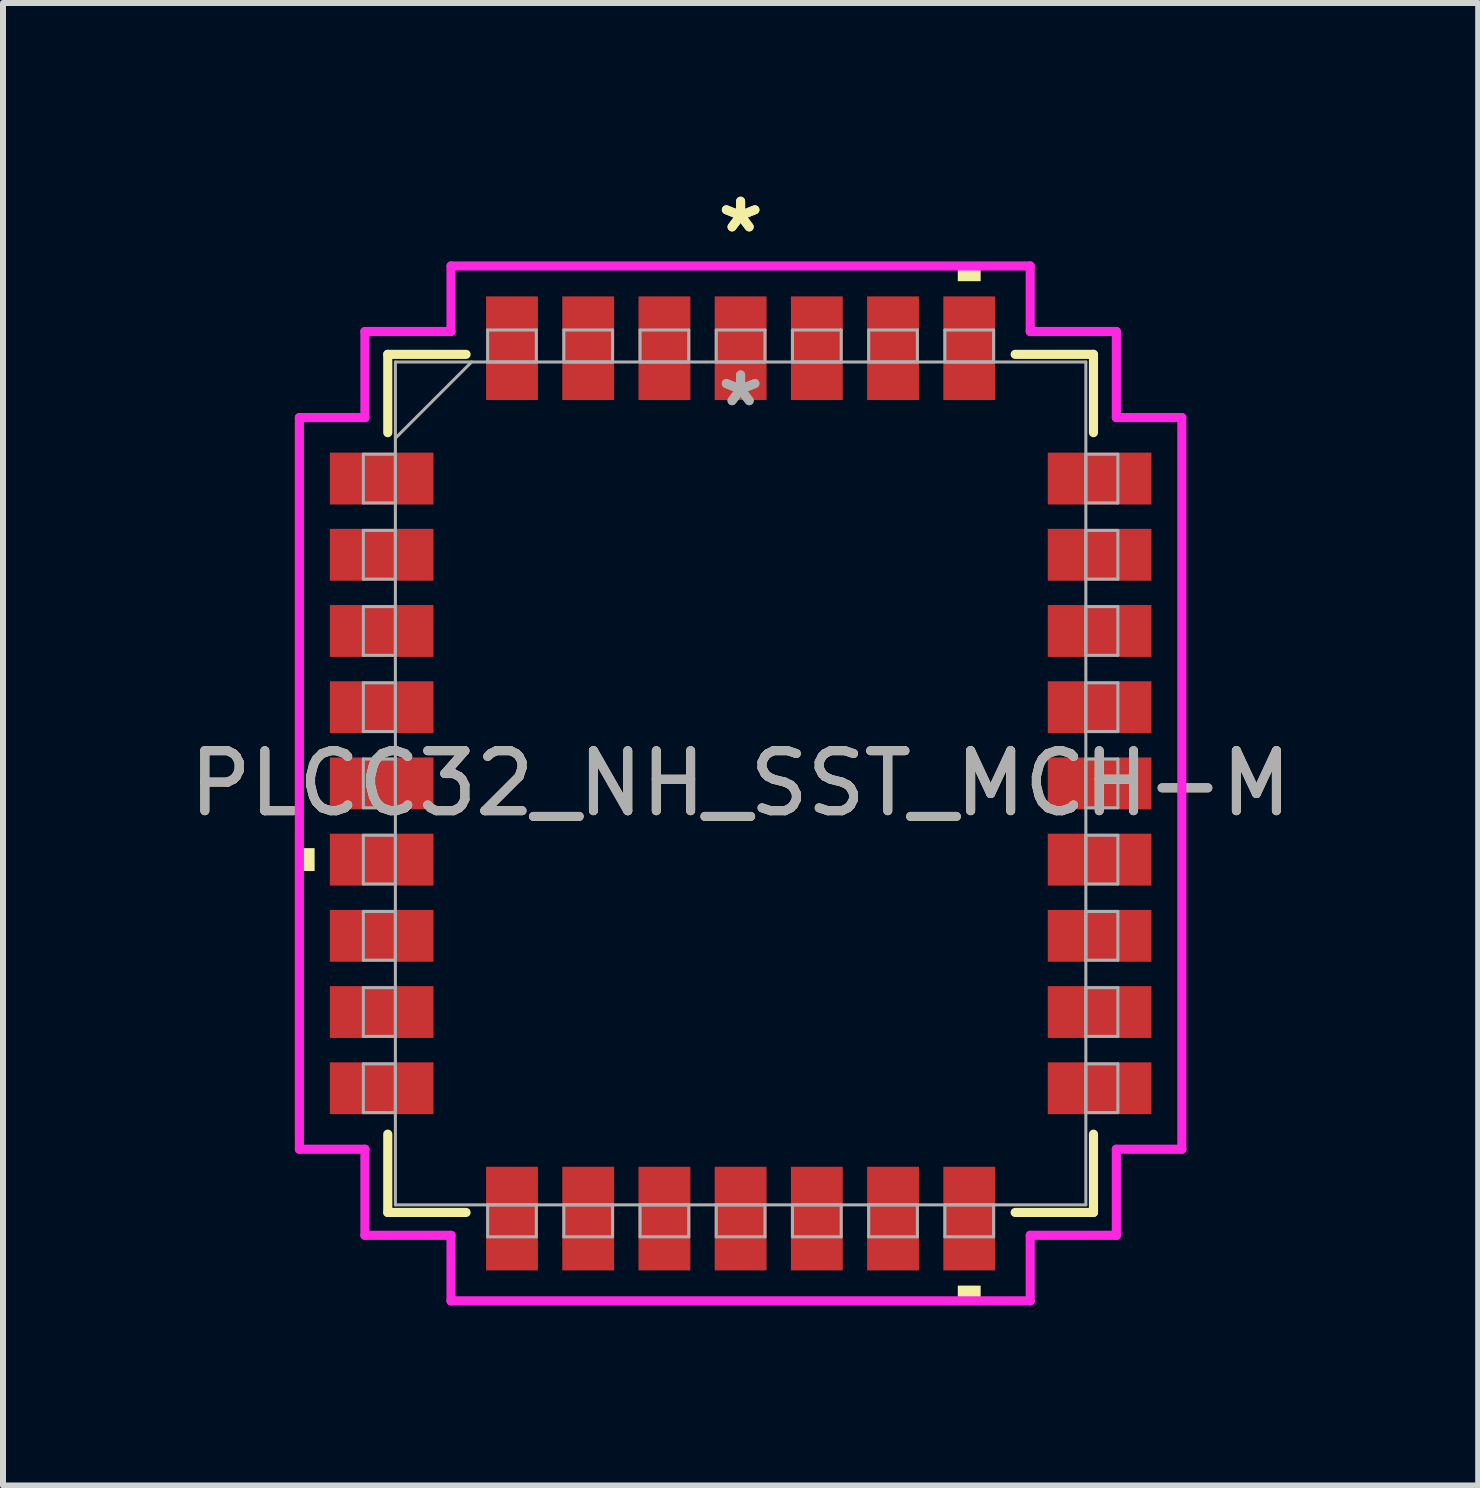
<source format=kicad_pcb>
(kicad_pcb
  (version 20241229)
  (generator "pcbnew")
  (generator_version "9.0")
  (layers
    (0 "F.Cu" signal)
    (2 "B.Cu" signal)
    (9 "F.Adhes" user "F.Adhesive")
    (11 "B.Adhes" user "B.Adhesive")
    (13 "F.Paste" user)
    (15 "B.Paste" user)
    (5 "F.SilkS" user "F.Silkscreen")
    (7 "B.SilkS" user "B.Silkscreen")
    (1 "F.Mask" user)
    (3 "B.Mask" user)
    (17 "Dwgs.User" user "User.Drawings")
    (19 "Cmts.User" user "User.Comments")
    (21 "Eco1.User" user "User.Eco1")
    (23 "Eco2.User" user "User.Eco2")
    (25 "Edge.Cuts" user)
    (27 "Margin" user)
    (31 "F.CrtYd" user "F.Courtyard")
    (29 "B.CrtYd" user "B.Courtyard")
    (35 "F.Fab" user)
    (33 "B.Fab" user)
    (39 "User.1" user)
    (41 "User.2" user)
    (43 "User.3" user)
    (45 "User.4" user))
  (footprint "PLCC32_NH_SST_MCH-M"
    (layer "F.Cu")
    (at 9.292 10.005)
    (property "Reference" "PLCC32_NH_SST_MCH-M" (at 0 0 0) (unlocked yes) (layer "F.SilkS") (effects (font (size 1 1) (thickness 0.15))))
    (attr smd)
    (fp_line (start -5.88 -7.15) (end -5.88 -5.845) (stroke (width 0.152) (type solid)) (layer "F.SilkS"))
    (fp_line (start -5.88 5.845) (end -5.88 7.15) (stroke (width 0.152) (type solid)) (layer "F.SilkS"))
    (fp_line (start -5.88 7.15) (end -4.575 7.15) (stroke (width 0.152) (type solid)) (layer "F.SilkS"))
    (fp_line (start -4.575 -7.15) (end -5.88 -7.15) (stroke (width 0.152) (type solid)) (layer "F.SilkS"))
    (fp_line (start 4.575 7.15) (end 5.88 7.15) (stroke (width 0.152) (type solid)) (layer "F.SilkS"))
    (fp_line (start 5.88 -7.15) (end 4.575 -7.15) (stroke (width 0.152) (type solid)) (layer "F.SilkS"))
    (fp_line (start 5.88 -5.845) (end 5.88 -7.15) (stroke (width 0.152) (type solid)) (layer "F.SilkS"))
    (fp_line (start 5.88 7.15) (end 5.88 5.845) (stroke (width 0.152) (type solid)) (layer "F.SilkS"))
    (fp_poly (pts (xy -7.353 1.079) (xy -7.353 1.46) (xy -7.099 1.46) (xy -7.099 1.079)) (stroke (width 0) (type solid)) (fill yes) (layer "F.SilkS"))
    (fp_poly (pts (xy 3.619 -8.369) (xy 3.619 -8.623) (xy 4 -8.623) (xy 4 -8.369)) (stroke (width 0) (type solid)) (fill yes) (layer "F.SilkS"))
    (fp_poly (pts (xy 3.619 8.369) (xy 3.619 8.623) (xy 4 8.623) (xy 4 8.369)) (stroke (width 0) (type solid)) (fill yes) (layer "F.SilkS"))
    (fp_line (start -7.353 -6.096) (end -6.261 -6.096) (stroke (width 0.152) (type solid)) (layer "F.CrtYd"))
    (fp_line (start -7.353 6.096) (end -7.353 -6.096) (stroke (width 0.152) (type solid)) (layer "F.CrtYd"))
    (fp_line (start -7.353 6.096) (end -6.261 6.096) (stroke (width 0.152) (type solid)) (layer "F.CrtYd"))
    (fp_line (start -6.261 -7.531) (end -4.826 -7.531) (stroke (width 0.152) (type solid)) (layer "F.CrtYd"))
    (fp_line (start -6.261 -6.096) (end -6.261 -7.531) (stroke (width 0.152) (type solid)) (layer "F.CrtYd"))
    (fp_line (start -6.261 7.531) (end -6.261 6.096) (stroke (width 0.152) (type solid)) (layer "F.CrtYd"))
    (fp_line (start -4.826 -8.623) (end 4.826 -8.623) (stroke (width 0.152) (type solid)) (layer "F.CrtYd"))
    (fp_line (start -4.826 -7.531) (end -4.826 -8.623) (stroke (width 0.152) (type solid)) (layer "F.CrtYd"))
    (fp_line (start -4.826 7.531) (end -6.261 7.531) (stroke (width 0.152) (type solid)) (layer "F.CrtYd"))
    (fp_line (start -4.826 8.623) (end -4.826 7.531) (stroke (width 0.152) (type solid)) (layer "F.CrtYd"))
    (fp_line (start 4.826 -8.623) (end 4.826 -7.531) (stroke (width 0.152) (type solid)) (layer "F.CrtYd"))
    (fp_line (start 4.826 -7.531) (end 6.261 -7.531) (stroke (width 0.152) (type solid)) (layer "F.CrtYd"))
    (fp_line (start 4.826 7.531) (end 4.826 8.623) (stroke (width 0.152) (type solid)) (layer "F.CrtYd"))
    (fp_line (start 4.826 8.623) (end -4.826 8.623) (stroke (width 0.152) (type solid)) (layer "F.CrtYd"))
    (fp_line (start 6.261 -7.531) (end 6.261 -6.096) (stroke (width 0.152) (type solid)) (layer "F.CrtYd"))
    (fp_line (start 6.261 -6.096) (end 7.353 -6.096) (stroke (width 0.152) (type solid)) (layer "F.CrtYd"))
    (fp_line (start 6.261 6.096) (end 6.261 7.531) (stroke (width 0.152) (type solid)) (layer "F.CrtYd"))
    (fp_line (start 6.261 7.531) (end 4.826 7.531) (stroke (width 0.152) (type solid)) (layer "F.CrtYd"))
    (fp_line (start 7.353 -6.096) (end 7.353 6.096) (stroke (width 0.152) (type solid)) (layer "F.CrtYd"))
    (fp_line (start 7.353 6.096) (end 6.261 6.096) (stroke (width 0.152) (type solid)) (layer "F.CrtYd"))
    (fp_line (start -6.287 -5.486) (end -6.287 -4.674) (stroke (width 0.051) (type solid)) (layer "F.Fab"))
    (fp_line (start -6.287 -4.674) (end -5.753 -4.674) (stroke (width 0.051) (type solid)) (layer "F.Fab"))
    (fp_line (start -6.287 -4.216) (end -6.287 -3.404) (stroke (width 0.051) (type solid)) (layer "F.Fab"))
    (fp_line (start -6.287 -3.404) (end -5.753 -3.404) (stroke (width 0.051) (type solid)) (layer "F.Fab"))
    (fp_line (start -6.287 -2.946) (end -6.287 -2.134) (stroke (width 0.051) (type solid)) (layer "F.Fab"))
    (fp_line (start -6.287 -2.134) (end -5.753 -2.134) (stroke (width 0.051) (type solid)) (layer "F.Fab"))
    (fp_line (start -6.287 -1.676) (end -6.287 -0.864) (stroke (width 0.051) (type solid)) (layer "F.Fab"))
    (fp_line (start -6.287 -0.864) (end -5.753 -0.864) (stroke (width 0.051) (type solid)) (layer "F.Fab"))
    (fp_line (start -6.287 -0.406) (end -6.287 0.406) (stroke (width 0.051) (type solid)) (layer "F.Fab"))
    (fp_line (start -6.287 0.406) (end -5.753 0.406) (stroke (width 0.051) (type solid)) (layer "F.Fab"))
    (fp_line (start -6.287 0.864) (end -6.287 1.676) (stroke (width 0.051) (type solid)) (layer "F.Fab"))
    (fp_line (start -6.287 1.676) (end -5.753 1.676) (stroke (width 0.051) (type solid)) (layer "F.Fab"))
    (fp_line (start -6.287 2.134) (end -6.287 2.946) (stroke (width 0.051) (type solid)) (layer "F.Fab"))
    (fp_line (start -6.287 2.946) (end -5.753 2.946) (stroke (width 0.051) (type solid)) (layer "F.Fab"))
    (fp_line (start -6.287 3.404) (end -6.287 4.216) (stroke (width 0.051) (type solid)) (layer "F.Fab"))
    (fp_line (start -6.287 4.216) (end -5.753 4.216) (stroke (width 0.051) (type solid)) (layer "F.Fab"))
    (fp_line (start -6.287 4.674) (end -6.287 5.486) (stroke (width 0.051) (type solid)) (layer "F.Fab"))
    (fp_line (start -6.287 5.486) (end -5.753 5.486) (stroke (width 0.051) (type solid)) (layer "F.Fab"))
    (fp_line (start -5.753 -7.023) (end -5.753 7.023) (stroke (width 0.051) (type solid)) (layer "F.Fab"))
    (fp_line (start -5.753 -5.753) (end -4.483 -7.023) (stroke (width 0.051) (type solid)) (layer "F.Fab"))
    (fp_line (start -5.753 -5.486) (end -6.287 -5.486) (stroke (width 0.051) (type solid)) (layer "F.Fab"))
    (fp_line (start -5.753 -4.674) (end -5.753 -5.486) (stroke (width 0.051) (type solid)) (layer "F.Fab"))
    (fp_line (start -5.753 -4.216) (end -6.287 -4.216) (stroke (width 0.051) (type solid)) (layer "F.Fab"))
    (fp_line (start -5.753 -3.404) (end -5.753 -4.216) (stroke (width 0.051) (type solid)) (layer "F.Fab"))
    (fp_line (start -5.753 -2.946) (end -6.287 -2.946) (stroke (width 0.051) (type solid)) (layer "F.Fab"))
    (fp_line (start -5.753 -2.134) (end -5.753 -2.946) (stroke (width 0.051) (type solid)) (layer "F.Fab"))
    (fp_line (start -5.753 -1.676) (end -6.287 -1.676) (stroke (width 0.051) (type solid)) (layer "F.Fab"))
    (fp_line (start -5.753 -0.864) (end -5.753 -1.676) (stroke (width 0.051) (type solid)) (layer "F.Fab"))
    (fp_line (start -5.753 -0.406) (end -6.287 -0.406) (stroke (width 0.051) (type solid)) (layer "F.Fab"))
    (fp_line (start -5.753 0.406) (end -5.753 -0.406) (stroke (width 0.051) (type solid)) (layer "F.Fab"))
    (fp_line (start -5.753 0.864) (end -6.287 0.864) (stroke (width 0.051) (type solid)) (layer "F.Fab"))
    (fp_line (start -5.753 1.676) (end -5.753 0.864) (stroke (width 0.051) (type solid)) (layer "F.Fab"))
    (fp_line (start -5.753 2.134) (end -6.287 2.134) (stroke (width 0.051) (type solid)) (layer "F.Fab"))
    (fp_line (start -5.753 2.946) (end -5.753 2.134) (stroke (width 0.051) (type solid)) (layer "F.Fab"))
    (fp_line (start -5.753 3.404) (end -6.287 3.404) (stroke (width 0.051) (type solid)) (layer "F.Fab"))
    (fp_line (start -5.753 4.216) (end -5.753 3.404) (stroke (width 0.051) (type solid)) (layer "F.Fab"))
    (fp_line (start -5.753 4.674) (end -6.287 4.674) (stroke (width 0.051) (type solid)) (layer "F.Fab"))
    (fp_line (start -5.753 5.486) (end -5.753 4.674) (stroke (width 0.051) (type solid)) (layer "F.Fab"))
    (fp_line (start -5.753 7.023) (end 5.753 7.023) (stroke (width 0.051) (type solid)) (layer "F.Fab"))
    (fp_line (start -4.216 -7.556) (end -4.216 -7.023) (stroke (width 0.051) (type solid)) (layer "F.Fab"))
    (fp_line (start -4.216 -7.023) (end -3.404 -7.023) (stroke (width 0.051) (type solid)) (layer "F.Fab"))
    (fp_line (start -4.216 7.023) (end -4.216 7.556) (stroke (width 0.051) (type solid)) (layer "F.Fab"))
    (fp_line (start -4.216 7.556) (end -3.404 7.556) (stroke (width 0.051) (type solid)) (layer "F.Fab"))
    (fp_line (start -3.404 -7.556) (end -4.216 -7.556) (stroke (width 0.051) (type solid)) (layer "F.Fab"))
    (fp_line (start -3.404 -7.023) (end -3.404 -7.556) (stroke (width 0.051) (type solid)) (layer "F.Fab"))
    (fp_line (start -3.404 7.023) (end -4.216 7.023) (stroke (width 0.051) (type solid)) (layer "F.Fab"))
    (fp_line (start -3.404 7.556) (end -3.404 7.023) (stroke (width 0.051) (type solid)) (layer "F.Fab"))
    (fp_line (start -2.946 -7.556) (end -2.946 -7.023) (stroke (width 0.051) (type solid)) (layer "F.Fab"))
    (fp_line (start -2.946 -7.023) (end -2.134 -7.023) (stroke (width 0.051) (type solid)) (layer "F.Fab"))
    (fp_line (start -2.946 7.023) (end -2.946 7.556) (stroke (width 0.051) (type solid)) (layer "F.Fab"))
    (fp_line (start -2.946 7.556) (end -2.134 7.556) (stroke (width 0.051) (type solid)) (layer "F.Fab"))
    (fp_line (start -2.134 -7.556) (end -2.946 -7.556) (stroke (width 0.051) (type solid)) (layer "F.Fab"))
    (fp_line (start -2.134 -7.023) (end -2.134 -7.556) (stroke (width 0.051) (type solid)) (layer "F.Fab"))
    (fp_line (start -2.134 7.023) (end -2.946 7.023) (stroke (width 0.051) (type solid)) (layer "F.Fab"))
    (fp_line (start -2.134 7.556) (end -2.134 7.023) (stroke (width 0.051) (type solid)) (layer "F.Fab"))
    (fp_line (start -1.676 -7.556) (end -1.676 -7.023) (stroke (width 0.051) (type solid)) (layer "F.Fab"))
    (fp_line (start -1.676 -7.023) (end -0.864 -7.023) (stroke (width 0.051) (type solid)) (layer "F.Fab"))
    (fp_line (start -1.676 7.023) (end -1.676 7.556) (stroke (width 0.051) (type solid)) (layer "F.Fab"))
    (fp_line (start -1.676 7.556) (end -0.864 7.556) (stroke (width 0.051) (type solid)) (layer "F.Fab"))
    (fp_line (start -0.864 -7.556) (end -1.676 -7.556) (stroke (width 0.051) (type solid)) (layer "F.Fab"))
    (fp_line (start -0.864 -7.023) (end -0.864 -7.556) (stroke (width 0.051) (type solid)) (layer "F.Fab"))
    (fp_line (start -0.864 7.023) (end -1.676 7.023) (stroke (width 0.051) (type solid)) (layer "F.Fab"))
    (fp_line (start -0.864 7.556) (end -0.864 7.023) (stroke (width 0.051) (type solid)) (layer "F.Fab"))
    (fp_line (start -0.406 -7.556) (end -0.406 -7.023) (stroke (width 0.051) (type solid)) (layer "F.Fab"))
    (fp_line (start -0.406 -7.023) (end 0.406 -7.023) (stroke (width 0.051) (type solid)) (layer "F.Fab"))
    (fp_line (start -0.406 7.023) (end -0.406 7.556) (stroke (width 0.051) (type solid)) (layer "F.Fab"))
    (fp_line (start -0.406 7.556) (end 0.406 7.556) (stroke (width 0.051) (type solid)) (layer "F.Fab"))
    (fp_line (start 0.406 -7.556) (end -0.406 -7.556) (stroke (width 0.051) (type solid)) (layer "F.Fab"))
    (fp_line (start 0.406 -7.023) (end 0.406 -7.556) (stroke (width 0.051) (type solid)) (layer "F.Fab"))
    (fp_line (start 0.406 7.023) (end -0.406 7.023) (stroke (width 0.051) (type solid)) (layer "F.Fab"))
    (fp_line (start 0.406 7.556) (end 0.406 7.023) (stroke (width 0.051) (type solid)) (layer "F.Fab"))
    (fp_line (start 0.864 -7.556) (end 0.864 -7.023) (stroke (width 0.051) (type solid)) (layer "F.Fab"))
    (fp_line (start 0.864 -7.023) (end 1.676 -7.023) (stroke (width 0.051) (type solid)) (layer "F.Fab"))
    (fp_line (start 0.864 7.023) (end 0.864 7.556) (stroke (width 0.051) (type solid)) (layer "F.Fab"))
    (fp_line (start 0.864 7.556) (end 1.676 7.556) (stroke (width 0.051) (type solid)) (layer "F.Fab"))
    (fp_line (start 1.676 -7.556) (end 0.864 -7.556) (stroke (width 0.051) (type solid)) (layer "F.Fab"))
    (fp_line (start 1.676 -7.023) (end 1.676 -7.556) (stroke (width 0.051) (type solid)) (layer "F.Fab"))
    (fp_line (start 1.676 7.023) (end 0.864 7.023) (stroke (width 0.051) (type solid)) (layer "F.Fab"))
    (fp_line (start 1.676 7.556) (end 1.676 7.023) (stroke (width 0.051) (type solid)) (layer "F.Fab"))
    (fp_line (start 2.134 -7.556) (end 2.134 -7.023) (stroke (width 0.051) (type solid)) (layer "F.Fab"))
    (fp_line (start 2.134 -7.023) (end 2.946 -7.023) (stroke (width 0.051) (type solid)) (layer "F.Fab"))
    (fp_line (start 2.134 7.023) (end 2.134 7.556) (stroke (width 0.051) (type solid)) (layer "F.Fab"))
    (fp_line (start 2.134 7.556) (end 2.946 7.556) (stroke (width 0.051) (type solid)) (layer "F.Fab"))
    (fp_line (start 2.946 -7.556) (end 2.134 -7.556) (stroke (width 0.051) (type solid)) (layer "F.Fab"))
    (fp_line (start 2.946 -7.023) (end 2.946 -7.556) (stroke (width 0.051) (type solid)) (layer "F.Fab"))
    (fp_line (start 2.946 7.023) (end 2.134 7.023) (stroke (width 0.051) (type solid)) (layer "F.Fab"))
    (fp_line (start 2.946 7.556) (end 2.946 7.023) (stroke (width 0.051) (type solid)) (layer "F.Fab"))
    (fp_line (start 3.404 -7.556) (end 3.404 -7.023) (stroke (width 0.051) (type solid)) (layer "F.Fab"))
    (fp_line (start 3.404 -7.023) (end 4.216 -7.023) (stroke (width 0.051) (type solid)) (layer "F.Fab"))
    (fp_line (start 3.404 7.023) (end 3.404 7.556) (stroke (width 0.051) (type solid)) (layer "F.Fab"))
    (fp_line (start 3.404 7.556) (end 4.216 7.556) (stroke (width 0.051) (type solid)) (layer "F.Fab"))
    (fp_line (start 4.216 -7.556) (end 3.404 -7.556) (stroke (width 0.051) (type solid)) (layer "F.Fab"))
    (fp_line (start 4.216 -7.023) (end 4.216 -7.556) (stroke (width 0.051) (type solid)) (layer "F.Fab"))
    (fp_line (start 4.216 7.023) (end 3.404 7.023) (stroke (width 0.051) (type solid)) (layer "F.Fab"))
    (fp_line (start 4.216 7.556) (end 4.216 7.023) (stroke (width 0.051) (type solid)) (layer "F.Fab"))
    (fp_line (start 5.753 -7.023) (end -5.753 -7.023) (stroke (width 0.051) (type solid)) (layer "F.Fab"))
    (fp_line (start 5.753 -5.486) (end 5.753 -4.674) (stroke (width 0.051) (type solid)) (layer "F.Fab"))
    (fp_line (start 5.753 -4.674) (end 6.287 -4.674) (stroke (width 0.051) (type solid)) (layer "F.Fab"))
    (fp_line (start 5.753 -4.216) (end 5.753 -3.404) (stroke (width 0.051) (type solid)) (layer "F.Fab"))
    (fp_line (start 5.753 -3.404) (end 6.287 -3.404) (stroke (width 0.051) (type solid)) (layer "F.Fab"))
    (fp_line (start 5.753 -2.946) (end 5.753 -2.134) (stroke (width 0.051) (type solid)) (layer "F.Fab"))
    (fp_line (start 5.753 -2.134) (end 6.287 -2.134) (stroke (width 0.051) (type solid)) (layer "F.Fab"))
    (fp_line (start 5.753 -1.676) (end 5.753 -0.864) (stroke (width 0.051) (type solid)) (layer "F.Fab"))
    (fp_line (start 5.753 -0.864) (end 6.287 -0.864) (stroke (width 0.051) (type solid)) (layer "F.Fab"))
    (fp_line (start 5.753 -0.406) (end 5.753 0.406) (stroke (width 0.051) (type solid)) (layer "F.Fab"))
    (fp_line (start 5.753 0.406) (end 6.287 0.406) (stroke (width 0.051) (type solid)) (layer "F.Fab"))
    (fp_line (start 5.753 0.864) (end 5.753 1.676) (stroke (width 0.051) (type solid)) (layer "F.Fab"))
    (fp_line (start 5.753 1.676) (end 6.287 1.676) (stroke (width 0.051) (type solid)) (layer "F.Fab"))
    (fp_line (start 5.753 2.134) (end 5.753 2.946) (stroke (width 0.051) (type solid)) (layer "F.Fab"))
    (fp_line (start 5.753 2.946) (end 6.287 2.946) (stroke (width 0.051) (type solid)) (layer "F.Fab"))
    (fp_line (start 5.753 3.404) (end 5.753 4.216) (stroke (width 0.051) (type solid)) (layer "F.Fab"))
    (fp_line (start 5.753 4.216) (end 6.287 4.216) (stroke (width 0.051) (type solid)) (layer "F.Fab"))
    (fp_line (start 5.753 4.674) (end 5.753 5.486) (stroke (width 0.051) (type solid)) (layer "F.Fab"))
    (fp_line (start 5.753 5.486) (end 6.287 5.486) (stroke (width 0.051) (type solid)) (layer "F.Fab"))
    (fp_line (start 5.753 7.023) (end 5.753 -7.023) (stroke (width 0.051) (type solid)) (layer "F.Fab"))
    (fp_line (start 6.287 -5.486) (end 5.753 -5.486) (stroke (width 0.051) (type solid)) (layer "F.Fab"))
    (fp_line (start 6.287 -4.674) (end 6.287 -5.486) (stroke (width 0.051) (type solid)) (layer "F.Fab"))
    (fp_line (start 6.287 -4.216) (end 5.753 -4.216) (stroke (width 0.051) (type solid)) (layer "F.Fab"))
    (fp_line (start 6.287 -3.404) (end 6.287 -4.216) (stroke (width 0.051) (type solid)) (layer "F.Fab"))
    (fp_line (start 6.287 -2.946) (end 5.753 -2.946) (stroke (width 0.051) (type solid)) (layer "F.Fab"))
    (fp_line (start 6.287 -2.134) (end 6.287 -2.946) (stroke (width 0.051) (type solid)) (layer "F.Fab"))
    (fp_line (start 6.287 -1.676) (end 5.753 -1.676) (stroke (width 0.051) (type solid)) (layer "F.Fab"))
    (fp_line (start 6.287 -0.864) (end 6.287 -1.676) (stroke (width 0.051) (type solid)) (layer "F.Fab"))
    (fp_line (start 6.287 -0.406) (end 5.753 -0.406) (stroke (width 0.051) (type solid)) (layer "F.Fab"))
    (fp_line (start 6.287 0.406) (end 6.287 -0.406) (stroke (width 0.051) (type solid)) (layer "F.Fab"))
    (fp_line (start 6.287 0.864) (end 5.753 0.864) (stroke (width 0.051) (type solid)) (layer "F.Fab"))
    (fp_line (start 6.287 1.676) (end 6.287 0.864) (stroke (width 0.051) (type solid)) (layer "F.Fab"))
    (fp_line (start 6.287 2.134) (end 5.753 2.134) (stroke (width 0.051) (type solid)) (layer "F.Fab"))
    (fp_line (start 6.287 2.946) (end 6.287 2.134) (stroke (width 0.051) (type solid)) (layer "F.Fab"))
    (fp_line (start 6.287 3.404) (end 5.753 3.404) (stroke (width 0.051) (type solid)) (layer "F.Fab"))
    (fp_line (start 6.287 4.216) (end 6.287 3.404) (stroke (width 0.051) (type solid)) (layer "F.Fab"))
    (fp_line (start 6.287 4.674) (end 5.753 4.674) (stroke (width 0.051) (type solid)) (layer "F.Fab"))
    (fp_line (start 6.287 5.486) (end 6.287 4.674) (stroke (width 0.051) (type solid)) (layer "F.Fab"))
    (fp_text user "*" (at 0 -9.157 0) (layer "F.SilkS") (effects (font (size 1 1) (thickness 0.15))))
    (fp_text user "*" (at 0 -9.157 0) (unlocked yes) (layer "F.SilkS") (effects (font (size 1 1) (thickness 0.15))))
    (fp_text user "*" (at 0 -6.261 0) (layer "F.Fab") (effects (font (size 1 1) (thickness 0.15))))
    (fp_text user "*" (at 0 -6.261 0) (unlocked yes) (layer "F.Fab") (effects (font (size 1 1) (thickness 0.15))))
    (fp_text user "${REFERENCE}" (at 0 0 0) (unlocked yes) (layer "F.Fab") (effects (font (size 1 1) (thickness 0.15))))
    (pad "1" smd rect (at 0 -7.252) (size 0.864 1.727) (layers "F.Cu" "F.Mask" "F.Paste"))
    (pad "2" smd rect (at -1.27 -7.252) (size 0.864 1.727) (layers "F.Cu" "F.Mask" "F.Paste"))
    (pad "3" smd rect (at -2.54 -7.252) (size 0.864 1.727) (layers "F.Cu" "F.Mask" "F.Paste"))
    (pad "4" smd rect (at -3.81 -7.252) (size 0.864 1.727) (layers "F.Cu" "F.Mask" "F.Paste"))
    (pad "5" smd rect (at -5.982 -5.08 90) (size 0.864 1.727) (layers "F.Cu" "F.Mask" "F.Paste"))
    (pad "6" smd rect (at -5.982 -3.81 90) (size 0.864 1.727) (layers "F.Cu" "F.Mask" "F.Paste"))
    (pad "7" smd rect (at -5.982 -2.54 90) (size 0.864 1.727) (layers "F.Cu" "F.Mask" "F.Paste"))
    (pad "8" smd rect (at -5.982 -1.27 90) (size 0.864 1.727) (layers "F.Cu" "F.Mask" "F.Paste"))
    (pad "9" smd rect (at -5.982 0 90) (size 0.864 1.727) (layers "F.Cu" "F.Mask" "F.Paste"))
    (pad "10" smd rect (at -5.982 1.27 90) (size 0.864 1.727) (layers "F.Cu" "F.Mask" "F.Paste"))
    (pad "11" smd rect (at -5.982 2.54 90) (size 0.864 1.727) (layers "F.Cu" "F.Mask" "F.Paste"))
    (pad "12" smd rect (at -5.982 3.81 90) (size 0.864 1.727) (layers "F.Cu" "F.Mask" "F.Paste"))
    (pad "13" smd rect (at -5.982 5.08 90) (size 0.864 1.727) (layers "F.Cu" "F.Mask" "F.Paste"))
    (pad "14" smd rect (at -3.81 7.252) (size 0.864 1.727) (layers "F.Cu" "F.Mask" "F.Paste"))
    (pad "15" smd rect (at -2.54 7.252) (size 0.864 1.727) (layers "F.Cu" "F.Mask" "F.Paste"))
    (pad "16" smd rect (at -1.27 7.252) (size 0.864 1.727) (layers "F.Cu" "F.Mask" "F.Paste"))
    (pad "17" smd rect (at 0 7.252) (size 0.864 1.727) (layers "F.Cu" "F.Mask" "F.Paste"))
    (pad "18" smd rect (at 1.27 7.252) (size 0.864 1.727) (layers "F.Cu" "F.Mask" "F.Paste"))
    (pad "19" smd rect (at 2.54 7.252) (size 0.864 1.727) (layers "F.Cu" "F.Mask" "F.Paste"))
    (pad "20" smd rect (at 3.81 7.252) (size 0.864 1.727) (layers "F.Cu" "F.Mask" "F.Paste"))
    (pad "21" smd rect (at 5.982 5.08 90) (size 0.864 1.727) (layers "F.Cu" "F.Mask" "F.Paste"))
    (pad "22" smd rect (at 5.982 3.81 90) (size 0.864 1.727) (layers "F.Cu" "F.Mask" "F.Paste"))
    (pad "23" smd rect (at 5.982 2.54 90) (size 0.864 1.727) (layers "F.Cu" "F.Mask" "F.Paste"))
    (pad "24" smd rect (at 5.982 1.27 90) (size 0.864 1.727) (layers "F.Cu" "F.Mask" "F.Paste"))
    (pad "25" smd rect (at 5.982 0 90) (size 0.864 1.727) (layers "F.Cu" "F.Mask" "F.Paste"))
    (pad "26" smd rect (at 5.982 -1.27 90) (size 0.864 1.727) (layers "F.Cu" "F.Mask" "F.Paste"))
    (pad "27" smd rect (at 5.982 -2.54 90) (size 0.864 1.727) (layers "F.Cu" "F.Mask" "F.Paste"))
    (pad "28" smd rect (at 5.982 -3.81 90) (size 0.864 1.727) (layers "F.Cu" "F.Mask" "F.Paste"))
    (pad "29" smd rect (at 5.982 -5.08 90) (size 0.864 1.727) (layers "F.Cu" "F.Mask" "F.Paste"))
    (pad "30" smd rect (at 3.81 -7.252) (size 0.864 1.727) (layers "F.Cu" "F.Mask" "F.Paste"))
    (pad "31" smd rect (at 2.54 -7.252) (size 0.864 1.727) (layers "F.Cu" "F.Mask" "F.Paste"))
    (pad "32" smd rect (at 1.27 -7.252) (size 0.864 1.727) (layers "F.Cu" "F.Mask" "F.Paste")))
  (gr_rect
    (start -3 -3)
    (end 21.583 21.704)
    (stroke (width 0.1) (type default))
    (fill no)
    (layer "Edge.Cuts")))
</source>
